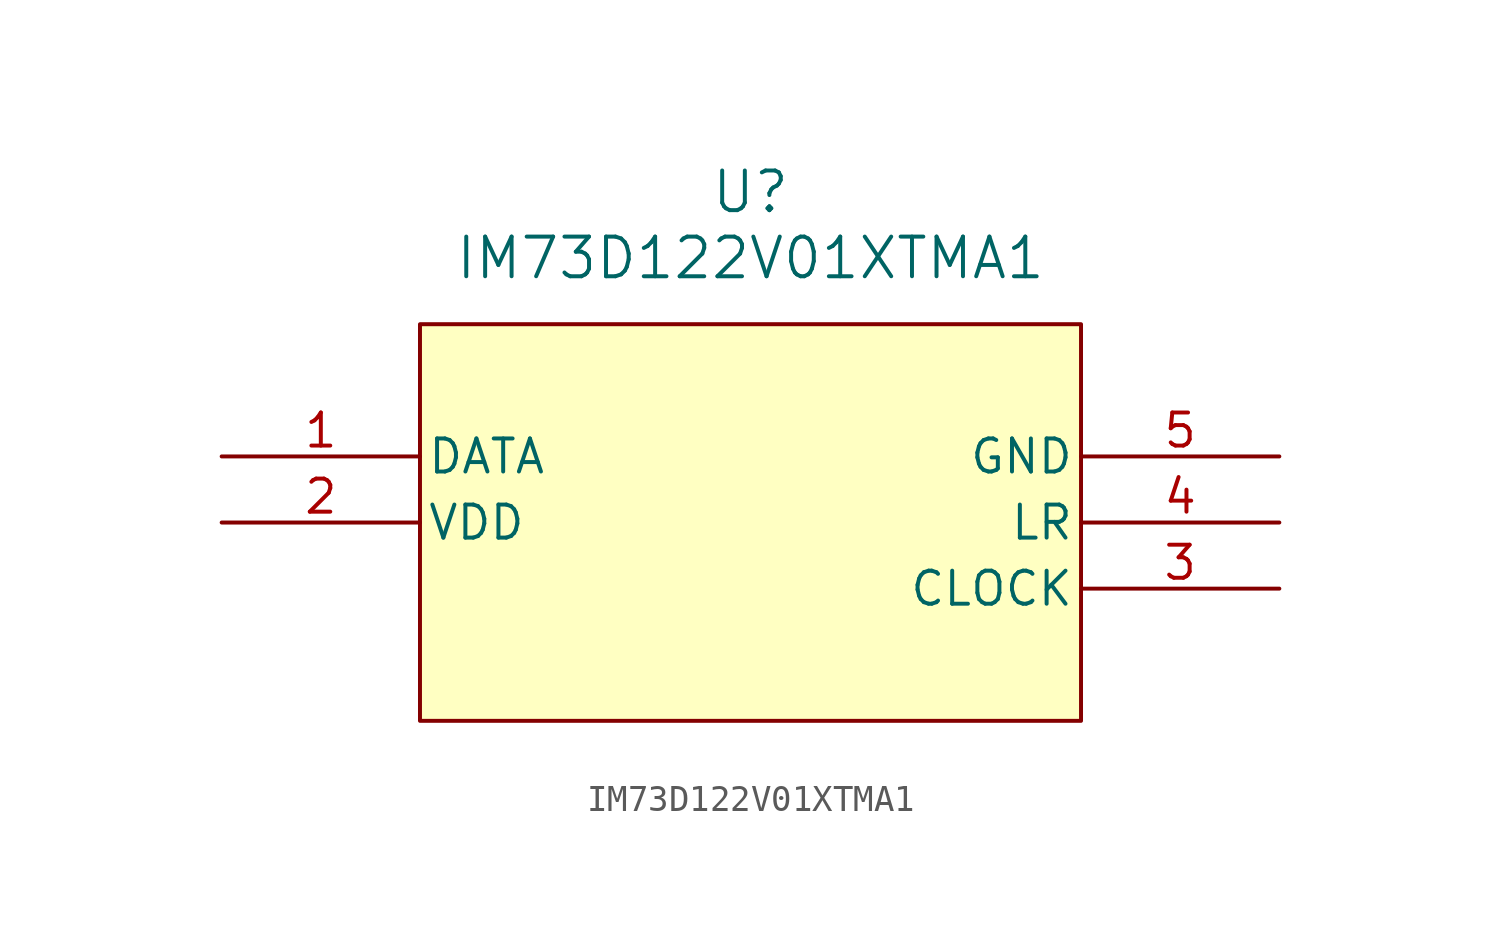
<source format=kicad_sym>
(kicad_symbol_lib
  (version 20231120)
  (generator "kicad_symbol_editor")
  (generator_version "8.0")
  (symbol "IM73D122V01XTMA1"
    (pin_names
      (offset 0.254))
    (property "Reference" "U"
      (at 20.32 10.16 0)
      (effects (font (size 1.524 1.524))))
    (property "Value" "IM73D122V01XTMA1"
      (at 20.32 7.62 0)
      (effects (font (size 1.524 1.524))))
    (property "ki_locked" ""
      (at 0 0 0)
      (effects (font (size 1.27 1.27))))
    (symbol "IM73D122V01XTMA1_0_1"
      (rectangle (start 7.62 5.08) (end 33.02 -10.16) (stroke (width 0) (type default)) (fill (type background)))
      (pin output line (at 0 0 0) (length 7.62) (name "DATA" (effects (font (size 1.27 1.27)))) (number "1" (effects (font (size 1.27 1.27)))))
      (pin power_in line (at 0 -2.54 0) (length 7.62) (name "VDD" (effects (font (size 1.27 1.27)))) (number "2" (effects (font (size 1.27 1.27)))))
      (pin input line (at 40.64 -5.08 180) (length 7.62) (name "CLOCK" (effects (font (size 1.27 1.27)))) (number "3" (effects (font (size 1.27 1.27)))))
      (pin unspecified line (at 40.64 -2.54 180) (length 7.62) (name "LR" (effects (font (size 1.27 1.27)))) (number "4" (effects (font (size 1.27 1.27)))))
      (pin power_out line (at 40.64 0 180) (length 7.62) (name "GND" (effects (font (size 1.27 1.27)))) (number "5" (effects (font (size 1.27 1.27))))))))
</source>
